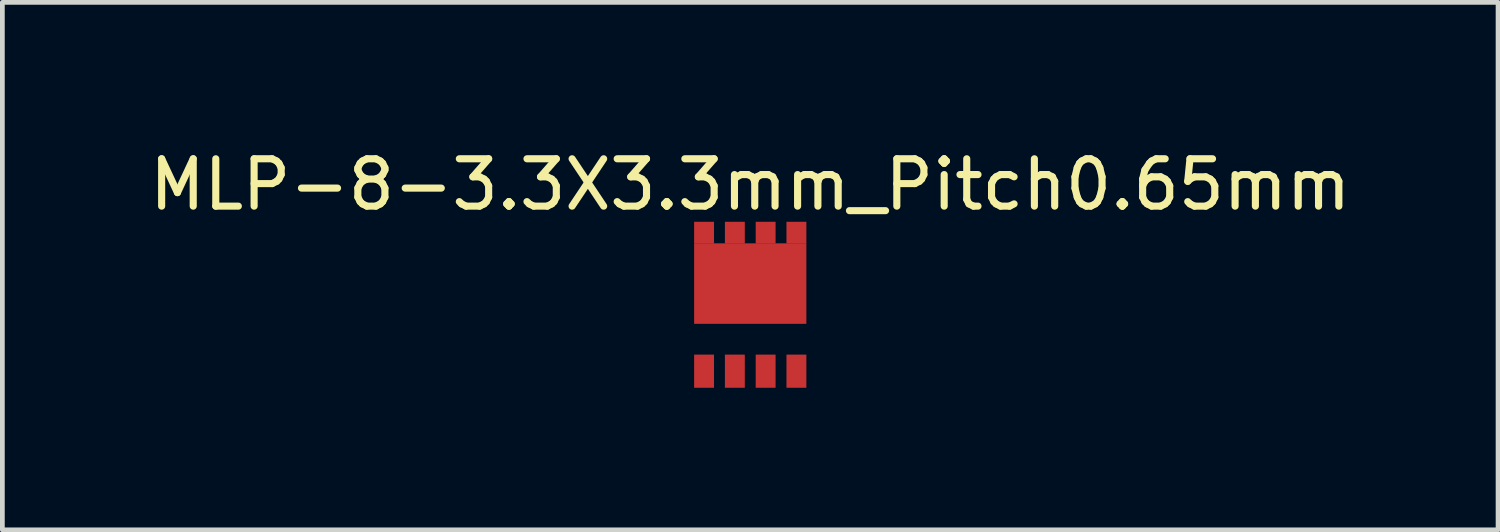
<source format=kicad_pcb>
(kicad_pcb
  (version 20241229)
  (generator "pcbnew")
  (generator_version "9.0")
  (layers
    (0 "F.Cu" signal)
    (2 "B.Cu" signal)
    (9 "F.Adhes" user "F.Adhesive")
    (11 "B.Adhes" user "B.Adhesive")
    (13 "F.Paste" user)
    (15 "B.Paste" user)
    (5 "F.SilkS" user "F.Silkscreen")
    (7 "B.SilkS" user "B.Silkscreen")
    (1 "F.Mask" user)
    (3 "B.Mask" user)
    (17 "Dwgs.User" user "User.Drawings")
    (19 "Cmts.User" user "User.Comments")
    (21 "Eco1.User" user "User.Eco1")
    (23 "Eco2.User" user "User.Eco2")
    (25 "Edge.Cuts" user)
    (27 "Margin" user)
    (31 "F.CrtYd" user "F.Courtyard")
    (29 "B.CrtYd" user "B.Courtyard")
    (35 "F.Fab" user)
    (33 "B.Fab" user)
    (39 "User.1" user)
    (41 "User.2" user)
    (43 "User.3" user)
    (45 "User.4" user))
  (footprint "MLP-8-3.3X3.3mm_Pitch0.65mm"
    (layer "F.Cu")
    (at 12.792 3.388)
    (property "Reference" "MLP-8-3.3X3.3mm_Pitch0.65mm" (at 0 -2.54 0) (layer "F.SilkS") (effects (font (size 1 1) (thickness 0.15))))
    (attr through_hole)
    (pad "1" smd rect (at -0.975 1.4) (size 0.42 0.7) (layers "F.Cu" "F.Mask" "F.Paste"))
    (pad "2" smd rect (at -0.325 1.4) (size 0.42 0.7) (layers "F.Cu" "F.Mask" "F.Paste"))
    (pad "3" smd rect (at 0.325 1.4) (size 0.42 0.7) (layers "F.Cu" "F.Mask" "F.Paste"))
    (pad "4" smd rect (at 0.975 1.4) (size 0.42 0.7) (layers "F.Cu" "F.Mask" "F.Paste"))
    (pad "5" smd rect (at 0.975 -1.525) (size 0.42 0.46) (layers "F.Cu" "F.Mask" "F.Paste"))
    (pad "6" smd rect (at 0.325 -1.525) (size 0.42 0.46) (layers "F.Cu" "F.Mask" "F.Paste"))
    (pad "7" smd rect (at -0.325 -1.525) (size 0.42 0.46) (layers "F.Cu" "F.Mask" "F.Paste"))
    (pad "8" smd rect (at -0.975 -1.525) (size 0.42 0.46) (layers "F.Cu" "F.Mask" "F.Paste"))
    (pad "8" smd rect (at 0 -0.45) (size 2.37 1.7) (layers "F.Cu" "F.Mask" "F.Paste")))
  (gr_rect
    (start -3 -3)
    (end 28.583 8.138)
    (stroke (width 0.1) (type default))
    (fill no)
    (layer "Edge.Cuts")))
</source>
